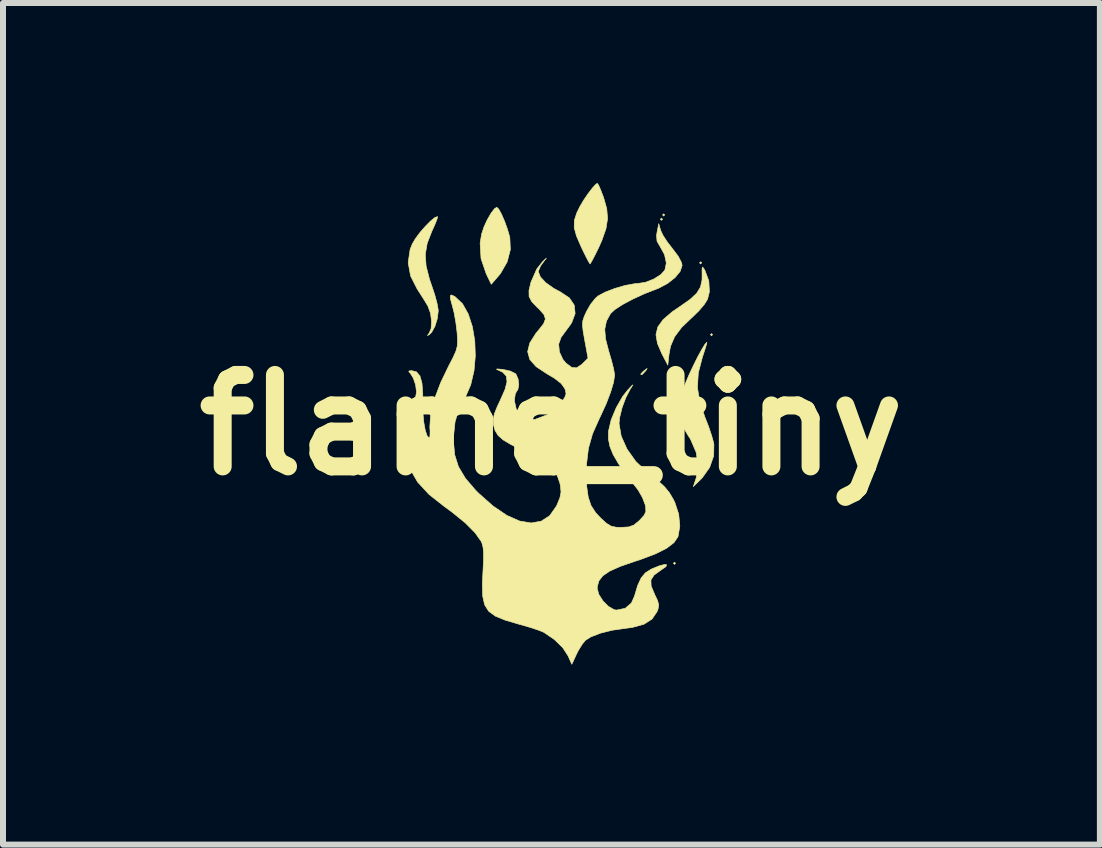
<source format=kicad_pcb>
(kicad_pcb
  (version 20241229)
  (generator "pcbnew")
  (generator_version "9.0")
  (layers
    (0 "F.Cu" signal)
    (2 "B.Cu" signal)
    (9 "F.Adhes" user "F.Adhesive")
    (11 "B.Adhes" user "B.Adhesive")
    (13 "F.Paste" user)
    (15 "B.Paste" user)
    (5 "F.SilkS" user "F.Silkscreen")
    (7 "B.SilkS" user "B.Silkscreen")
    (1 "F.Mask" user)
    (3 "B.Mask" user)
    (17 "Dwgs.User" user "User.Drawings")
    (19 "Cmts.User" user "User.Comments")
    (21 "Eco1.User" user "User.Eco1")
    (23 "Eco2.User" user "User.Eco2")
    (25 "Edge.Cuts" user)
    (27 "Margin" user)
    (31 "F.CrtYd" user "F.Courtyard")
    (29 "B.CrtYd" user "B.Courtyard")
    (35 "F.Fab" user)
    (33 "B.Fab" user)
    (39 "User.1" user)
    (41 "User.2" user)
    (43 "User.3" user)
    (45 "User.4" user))
  (footprint "flame_tiny"
    (layer "F.Cu")
    (at 6.14 4.033)
    (property "Reference" "flame_tiny" (at 0 0 0) (layer "F.SilkS") (effects (font (size 1.524 1.524) (thickness 0.3))))
    (attr through_hole)
    (fp_poly (pts (xy 1.851 -3.429) (xy 1.832 -3.411) (xy 1.814 -3.429) (xy 1.832 -3.447) (xy 1.851 -3.429)) (stroke (width 0.01) (type solid)) (fill yes) (layer "F.SilkS"))
    (fp_poly (pts (xy 1.887 -3.502) (xy 1.869 -3.483) (xy 1.851 -3.502) (xy 1.869 -3.52) (xy 1.887 -3.502)) (stroke (width 0.01) (type solid)) (fill yes) (layer "F.SilkS"))
    (fp_poly (pts (xy 2.068 2.304) (xy 2.05 2.322) (xy 2.032 2.304) (xy 2.05 2.286) (xy 2.068 2.304)) (stroke (width 0.01) (type solid)) (fill yes) (layer "F.SilkS"))
    (fp_poly (pts (xy 2.504 -2.703) (xy 2.486 -2.685) (xy 2.467 -2.703) (xy 2.486 -2.721) (xy 2.504 -2.703)) (stroke (width 0.01) (type solid)) (fill yes) (layer "F.SilkS"))
    (fp_poly (pts (xy 2.685 -1.506) (xy 2.667 -1.488) (xy 2.649 -1.506) (xy 2.667 -1.524) (xy 2.685 -1.506)) (stroke (width 0.01) (type solid)) (fill yes) (layer "F.SilkS"))
    (fp_poly (pts (xy 1.585 -0.924) (xy 1.565 -0.898) (xy 1.512 -0.842) (xy 1.488 -0.842) (xy 1.488 -0.848) (xy 1.513 -0.879) (xy 1.551 -0.912) (xy 1.594 -0.943) (xy 1.585 -0.924)) (stroke (width 0.01) (type solid)) (fill yes) (layer "F.SilkS"))
    (fp_poly (pts (xy -0.878 -3.597) (xy -0.833 -3.514) (xy -0.782 -3.398) (xy -0.735 -3.267) (xy -0.698 -3.14) (xy -0.694 -3.123) (xy -0.685 -2.924) (xy -0.738 -2.719) (xy -0.849 -2.526) (xy -0.882 -2.486) (xy -1.003 -2.346) (xy -1.087 -2.519) (xy -1.174 -2.774) (xy -1.189 -3.032) (xy -1.164 -3.183) (xy -1.125 -3.301) (xy -1.069 -3.423) (xy -1.006 -3.531) (xy -0.949 -3.606) (xy -0.911 -3.629) (xy -0.878 -3.597)) (stroke (width 0.01) (type solid)) (fill yes) (layer "F.SilkS"))
    (fp_poly (pts (xy 0.786 -3.996) (xy 0.822 -3.913) (xy 0.866 -3.797) (xy 0.869 -3.79) (xy 0.921 -3.606) (xy 0.935 -3.44) (xy 0.908 -3.271) (xy 0.84 -3.077) (xy 0.787 -2.958) (xy 0.726 -2.834) (xy 0.676 -2.739) (xy 0.647 -2.689) (xy 0.643 -2.685) (xy 0.622 -2.716) (xy 0.579 -2.797) (xy 0.521 -2.915) (xy 0.492 -2.976) (xy 0.416 -3.152) (xy 0.379 -3.289) (xy 0.381 -3.409) (xy 0.421 -3.534) (xy 0.475 -3.644) (xy 0.537 -3.749) (xy 0.611 -3.857) (xy 0.683 -3.951) (xy 0.74 -4.013) (xy 0.764 -4.028) (xy 0.786 -3.996)) (stroke (width 0.01) (type solid)) (fill yes) (layer "F.SilkS"))
    (fp_poly (pts (xy 2.535 -2.614) (xy 2.557 -2.576) (xy 2.622 -2.402) (xy 2.632 -2.222) (xy 2.601 -2.097) (xy 2.547 -2.01) (xy 2.455 -1.902) (xy 2.345 -1.795) (xy 2.342 -1.793) (xy 2.168 -1.626) (xy 2.052 -1.471) (xy 1.984 -1.313) (xy 1.959 -1.179) (xy 1.939 -0.998) (xy 1.84 -1.187) (xy 1.766 -1.359) (xy 1.741 -1.505) (xy 1.772 -1.634) (xy 1.861 -1.758) (xy 2.012 -1.887) (xy 2.141 -1.975) (xy 2.309 -2.093) (xy 2.42 -2.196) (xy 2.483 -2.299) (xy 2.509 -2.416) (xy 2.51 -2.497) (xy 2.509 -2.597) (xy 2.515 -2.633) (xy 2.535 -2.614)) (stroke (width 0.01) (type solid)) (fill yes) (layer "F.SilkS"))
    (fp_poly (pts (xy 2.584 -1.347) (xy 2.559 -1.265) (xy 2.521 -1.148) (xy 2.516 -1.134) (xy 2.447 -0.869) (xy 2.432 -0.624) (xy 2.473 -0.376) (xy 2.557 -0.132) (xy 2.618 0.024) (xy 2.669 0.176) (xy 2.702 0.295) (xy 2.707 0.322) (xy 2.703 0.514) (xy 2.636 0.706) (xy 2.513 0.879) (xy 2.488 0.905) (xy 2.364 1.025) (xy 2.411 0.884) (xy 2.444 0.677) (xy 2.412 0.457) (xy 2.318 0.238) (xy 2.276 0.173) (xy 2.179 0.009) (xy 2.128 -0.141) (xy 2.123 -0.3) (xy 2.161 -0.487) (xy 2.194 -0.594) (xy 2.238 -0.71) (xy 2.298 -0.85) (xy 2.368 -0.998) (xy 2.439 -1.14) (xy 2.505 -1.26) (xy 2.557 -1.345) (xy 2.589 -1.379) (xy 2.59 -1.379) (xy 2.584 -1.347)) (stroke (width 0.01) (type solid)) (fill yes) (layer "F.SilkS"))
    (fp_poly (pts (xy -1.898 -3.471) (xy -1.906 -3.434) (xy -1.939 -3.35) (xy -1.99 -3.236) (xy -1.995 -3.226) (xy -2.071 -3.029) (xy -2.103 -2.843) (xy -2.089 -2.648) (xy -2.031 -2.423) (xy -1.996 -2.322) (xy -1.945 -2.17) (xy -1.907 -2.028) (xy -1.888 -1.921) (xy -1.887 -1.901) (xy -1.902 -1.775) (xy -1.941 -1.648) (xy -1.995 -1.548) (xy -2.037 -1.505) (xy -2.068 -1.492) (xy -2.044 -1.523) (xy -2.041 -1.526) (xy -2.006 -1.607) (xy -1.998 -1.728) (xy -2.015 -1.861) (xy -2.057 -1.977) (xy -2.059 -1.982) (xy -2.117 -2.078) (xy -2.194 -2.199) (xy -2.238 -2.267) (xy -2.348 -2.485) (xy -2.388 -2.706) (xy -2.356 -2.925) (xy -2.319 -3.019) (xy -2.266 -3.108) (xy -2.19 -3.21) (xy -2.102 -3.311) (xy -2.016 -3.398) (xy -1.945 -3.457) (xy -1.902 -3.473) (xy -1.898 -3.471)) (stroke (width 0.01) (type solid)) (fill yes) (layer "F.SilkS"))
    (fp_poly (pts (xy 1.818 -3.247) (xy 1.857 -3.163) (xy 1.93 -3.051) (xy 2.013 -2.944) (xy 2.112 -2.813) (xy 2.168 -2.706) (xy 2.177 -2.659) (xy 2.145 -2.562) (xy 2.059 -2.457) (xy 1.934 -2.359) (xy 1.786 -2.28) (xy 1.752 -2.267) (xy 1.547 -2.187) (xy 1.354 -2.098) (xy 1.185 -2.008) (xy 1.057 -1.925) (xy 0.984 -1.857) (xy 0.916 -1.732) (xy 0.888 -1.597) (xy 0.901 -1.436) (xy 0.954 -1.231) (xy 0.959 -1.215) (xy 1.002 -1.068) (xy 1.035 -0.937) (xy 1.051 -0.845) (xy 1.052 -0.831) (xy 1.035 -0.713) (xy 0.986 -0.549) (xy 0.912 -0.355) (xy 0.817 -0.148) (xy 0.798 -0.109) (xy 0.684 0.147) (xy 0.616 0.388) (xy 0.585 0.645) (xy 0.581 0.798) (xy 0.588 1.029) (xy 0.613 1.204) (xy 0.66 1.343) (xy 0.737 1.461) (xy 0.821 1.551) (xy 0.918 1.639) (xy 0.994 1.685) (xy 1.079 1.703) (xy 1.165 1.705) (xy 1.287 1.698) (xy 1.371 1.668) (xy 1.454 1.601) (xy 1.471 1.585) (xy 1.544 1.504) (xy 1.573 1.441) (xy 1.569 1.365) (xy 1.561 1.327) (xy 1.517 1.21) (xy 1.447 1.088) (xy 1.424 1.057) (xy 1.248 0.83) (xy 1.117 0.645) (xy 1.027 0.49) (xy 0.973 0.356) (xy 0.949 0.233) (xy 0.95 0.109) (xy 0.952 0.096) (xy 0.995 -0.088) (xy 1.079 -0.289) (xy 1.187 -0.477) (xy 1.269 -0.581) (xy 1.334 -0.651) (xy 1.356 -0.67) (xy 1.338 -0.637) (xy 1.313 -0.599) (xy 1.239 -0.457) (xy 1.176 -0.288) (xy 1.136 -0.125) (xy 1.126 -0.026) (xy 1.162 0.185) (xy 1.259 0.401) (xy 1.406 0.608) (xy 1.596 0.788) (xy 1.615 0.802) (xy 1.772 0.926) (xy 1.883 1.028) (xy 1.964 1.126) (xy 2.029 1.236) (xy 2.055 1.288) (xy 2.12 1.485) (xy 2.139 1.684) (xy 2.109 1.858) (xy 2.106 1.864) (xy 2.041 1.96) (xy 1.918 2.054) (xy 1.733 2.147) (xy 1.481 2.242) (xy 1.379 2.275) (xy 1.143 2.357) (xy 0.971 2.434) (xy 0.855 2.513) (xy 0.789 2.599) (xy 0.763 2.697) (xy 0.762 2.722) (xy 0.789 2.823) (xy 0.858 2.931) (xy 0.949 3.022) (xy 1.044 3.077) (xy 1.083 3.084) (xy 1.229 3.054) (xy 1.332 2.966) (xy 1.383 2.852) (xy 1.437 2.671) (xy 1.495 2.547) (xy 1.565 2.463) (xy 1.66 2.403) (xy 1.679 2.394) (xy 1.801 2.345) (xy 1.884 2.324) (xy 1.921 2.33) (xy 1.905 2.361) (xy 1.826 2.416) (xy 1.825 2.417) (xy 1.71 2.5) (xy 1.657 2.582) (xy 1.661 2.683) (xy 1.718 2.819) (xy 1.718 2.82) (xy 1.769 2.927) (xy 1.787 3) (xy 1.776 3.067) (xy 1.758 3.112) (xy 1.675 3.234) (xy 1.54 3.32) (xy 1.347 3.373) (xy 1.233 3.388) (xy 1.015 3.419) (xy 0.817 3.468) (xy 0.657 3.53) (xy 0.566 3.587) (xy 0.511 3.655) (xy 0.447 3.759) (xy 0.418 3.817) (xy 0.339 3.987) (xy 0.276 3.846) (xy 0.187 3.709) (xy 0.048 3.574) (xy -0.121 3.459) (xy -0.141 3.448) (xy -0.215 3.419) (xy -0.337 3.378) (xy -0.486 3.334) (xy -0.55 3.317) (xy -0.773 3.251) (xy -0.936 3.184) (xy -1.047 3.103) (xy -1.114 2.996) (xy -1.146 2.852) (xy -1.152 2.656) (xy -1.143 2.467) (xy -1.133 2.272) (xy -1.132 2.133) (xy -1.14 2.037) (xy -1.159 1.967) (xy -1.172 1.938) (xy -1.274 1.794) (xy -1.437 1.63) (xy -1.659 1.45) (xy -1.781 1.361) (xy -2.041 1.156) (xy -2.231 0.95) (xy -2.356 0.733) (xy -2.418 0.498) (xy -2.421 0.236) (xy -2.367 -0.063) (xy -2.34 -0.16) (xy -2.299 -0.311) (xy -2.268 -0.445) (xy -2.251 -0.539) (xy -2.25 -0.561) (xy -2.265 -0.672) (xy -2.303 -0.783) (xy -2.353 -0.864) (xy -2.37 -0.879) (xy -2.378 -0.9) (xy -2.332 -0.907) (xy -2.249 -0.886) (xy -2.192 -0.818) (xy -2.158 -0.697) (xy -2.145 -0.516) (xy -2.146 -0.394) (xy -2.143 -0.213) (xy -2.128 -0.047) (xy -2.103 0.09) (xy -2.071 0.183) (xy -2.034 0.218) (xy -2.034 0.218) (xy -2.025 0.185) (xy -2.023 0.102) (xy -2.027 0.032) (xy -2.014 -0.176) (xy -1.953 -0.426) (xy -1.845 -0.71) (xy -1.715 -0.98) (xy -1.64 -1.125) (xy -1.593 -1.229) (xy -1.57 -1.314) (xy -1.565 -1.401) (xy -1.571 -1.514) (xy -1.573 -1.542) (xy -1.593 -1.705) (xy -1.622 -1.869) (xy -1.649 -1.976) (xy -1.682 -2.096) (xy -1.687 -2.156) (xy -1.664 -2.168) (xy -1.608 -2.139) (xy -1.607 -2.139) (xy -1.483 -2.022) (xy -1.387 -1.851) (xy -1.318 -1.64) (xy -1.278 -1.402) (xy -1.269 -1.152) (xy -1.291 -0.903) (xy -1.346 -0.669) (xy -1.435 -0.463) (xy -1.452 -0.435) (xy -1.549 -0.248) (xy -1.607 -0.052) (xy -1.631 0.178) (xy -1.633 0.274) (xy -1.613 0.495) (xy -1.55 0.694) (xy -1.435 0.887) (xy -1.262 1.089) (xy -1.215 1.136) (xy -0.972 1.351) (xy -0.743 1.506) (xy -0.53 1.6) (xy -0.338 1.632) (xy -0.17 1.602) (xy -0.029 1.51) (xy 0.08 1.355) (xy 0.092 1.331) (xy 0.141 1.211) (xy 0.159 1.118) (xy 0.15 1.019) (xy 0.141 0.972) (xy 0.098 0.847) (xy 0.021 0.737) (xy -0.099 0.633) (xy -0.271 0.527) (xy -0.486 0.419) (xy -0.674 0.326) (xy -0.805 0.248) (xy -0.89 0.173) (xy -0.94 0.092) (xy -0.967 -0.005) (xy -0.967 -0.011) (xy -0.971 -0.095) (xy -0.951 -0.189) (xy -0.901 -0.313) (xy -0.853 -0.414) (xy -0.774 -0.593) (xy -0.741 -0.723) (xy -0.753 -0.816) (xy -0.811 -0.879) (xy -0.862 -0.904) (xy -0.914 -0.927) (xy -0.91 -0.935) (xy -0.843 -0.93) (xy -0.798 -0.924) (xy -0.688 -0.9) (xy -0.606 -0.86) (xy -0.59 -0.845) (xy -0.556 -0.766) (xy -0.545 -0.67) (xy -0.56 -0.59) (xy -0.581 -0.562) (xy -0.604 -0.515) (xy -0.616 -0.425) (xy -0.617 -0.4) (xy -0.587 -0.266) (xy -0.508 -0.16) (xy -0.397 -0.098) (xy -0.276 -0.093) (xy -0.071 -0.171) (xy 0.109 -0.317) (xy 0.155 -0.37) (xy 0.22 -0.457) (xy 0.243 -0.519) (xy 0.232 -0.582) (xy 0.22 -0.61) (xy 0.163 -0.691) (xy 0.051 -0.779) (xy -0.079 -0.856) (xy -0.256 -0.973) (xy -0.362 -1.094) (xy -0.397 -1.223) (xy -0.362 -1.366) (xy -0.259 -1.529) (xy -0.216 -1.58) (xy -0.131 -1.688) (xy -0.101 -1.768) (xy -0.126 -1.842) (xy -0.207 -1.933) (xy -0.236 -1.959) (xy -0.329 -2.056) (xy -0.373 -2.141) (xy -0.375 -2.241) (xy -0.342 -2.381) (xy -0.341 -2.382) (xy -0.246 -2.599) (xy -0.15 -2.72) (xy -0.094 -2.774) (xy -0.085 -2.779) (xy -0.118 -2.739) (xy -0.182 -2.651) (xy -0.216 -2.57) (xy -0.218 -2.554) (xy -0.185 -2.468) (xy -0.095 -2.372) (xy 0.04 -2.276) (xy 0.149 -2.218) (xy 0.298 -2.119) (xy 0.38 -1.997) (xy 0.394 -1.858) (xy 0.338 -1.708) (xy 0.31 -1.665) (xy 0.236 -1.565) (xy 0.17 -1.474) (xy 0.16 -1.461) (xy 0.12 -1.35) (xy 0.132 -1.219) (xy 0.191 -1.092) (xy 0.244 -1.03) (xy 0.339 -0.96) (xy 0.418 -0.953) (xy 0.503 -1.009) (xy 0.524 -1.029) (xy 0.609 -1.114) (xy 0.554 -1.413) (xy 0.528 -1.561) (xy 0.517 -1.661) (xy 0.522 -1.736) (xy 0.546 -1.809) (xy 0.584 -1.893) (xy 0.652 -2.012) (xy 0.732 -2.112) (xy 0.773 -2.149) (xy 0.893 -2.214) (xy 1.055 -2.276) (xy 1.229 -2.327) (xy 1.384 -2.355) (xy 1.438 -2.359) (xy 1.568 -2.379) (xy 1.705 -2.433) (xy 1.822 -2.507) (xy 1.889 -2.581) (xy 1.914 -2.699) (xy 1.884 -2.84) (xy 1.811 -2.973) (xy 1.759 -3.063) (xy 1.751 -3.157) (xy 1.76 -3.217) (xy 1.788 -3.356) (xy 1.818 -3.247)) (stroke (width 0.01) (type solid)) (fill yes) (layer "F.SilkS")))
  (gr_rect
    (start -3 -3)
    (end 15.279 11.025)
    (stroke (width 0.1) (type default))
    (fill no)
    (layer "Edge.Cuts")))
</source>
